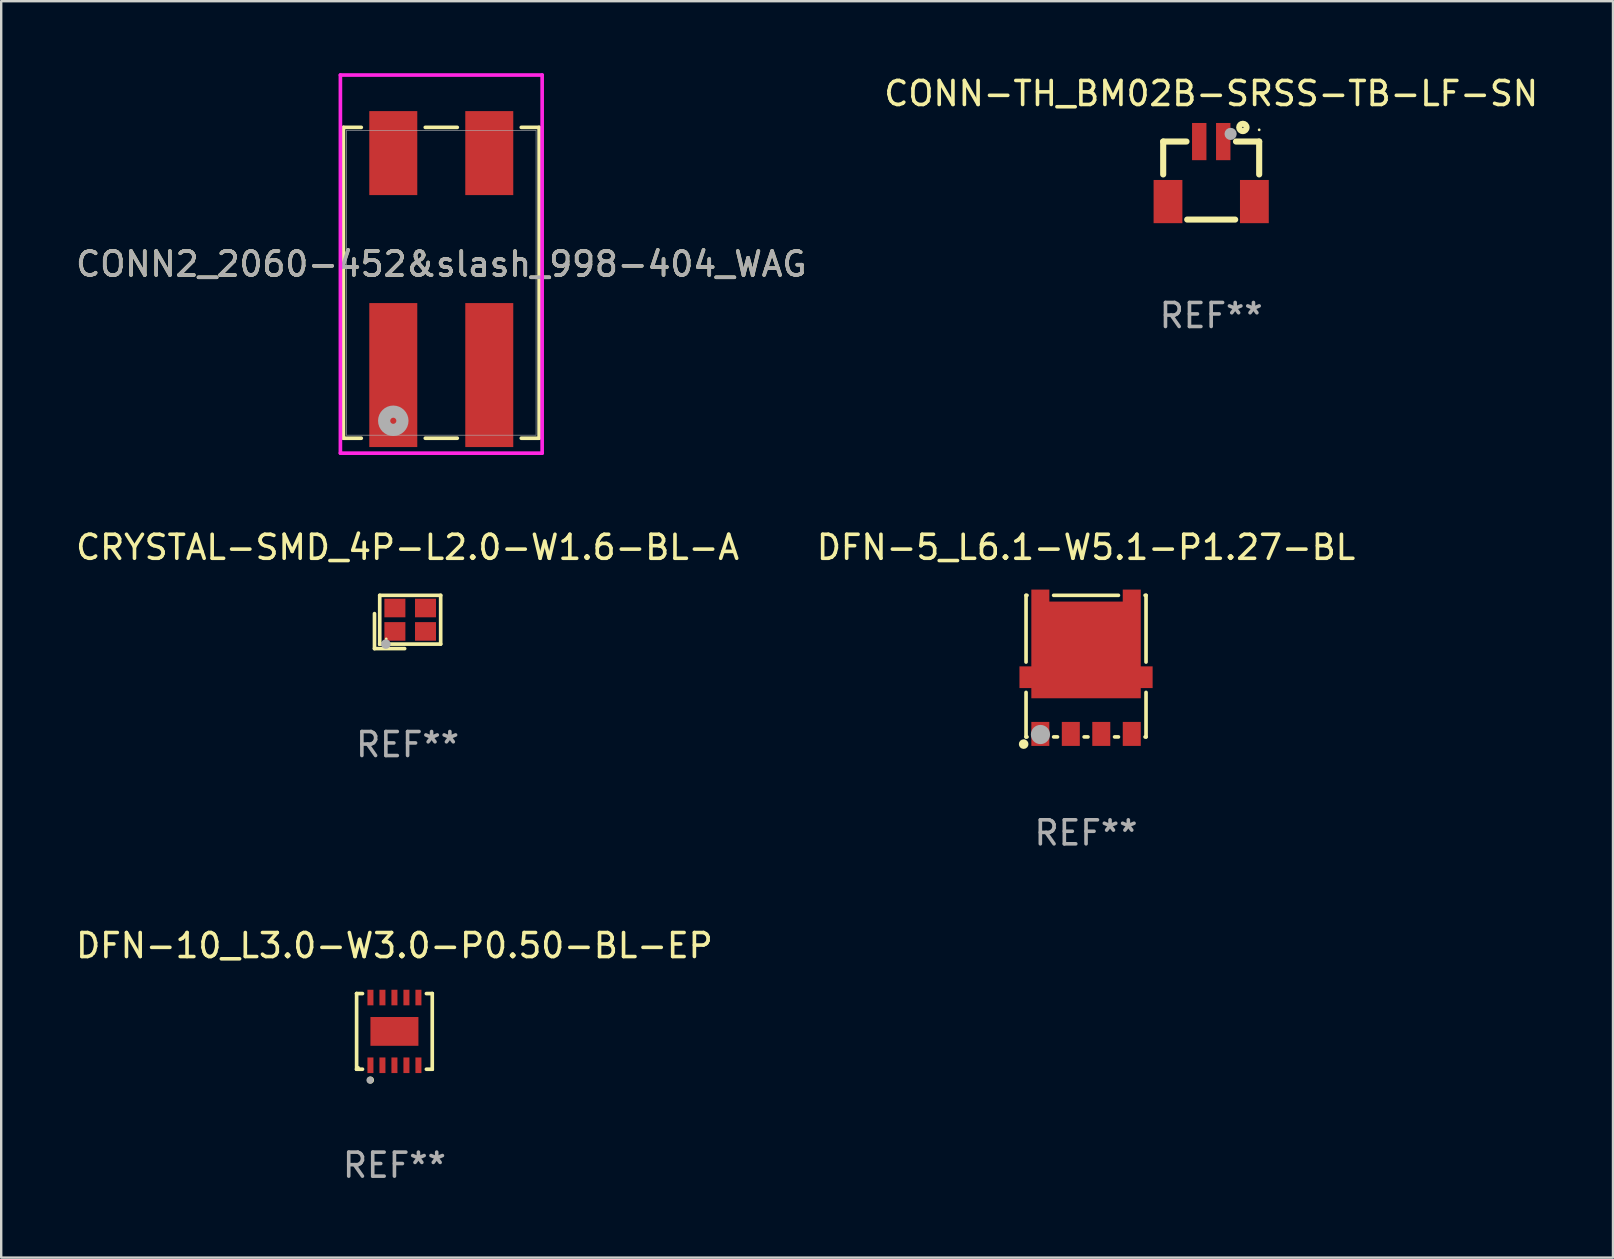
<source format=kicad_pcb>
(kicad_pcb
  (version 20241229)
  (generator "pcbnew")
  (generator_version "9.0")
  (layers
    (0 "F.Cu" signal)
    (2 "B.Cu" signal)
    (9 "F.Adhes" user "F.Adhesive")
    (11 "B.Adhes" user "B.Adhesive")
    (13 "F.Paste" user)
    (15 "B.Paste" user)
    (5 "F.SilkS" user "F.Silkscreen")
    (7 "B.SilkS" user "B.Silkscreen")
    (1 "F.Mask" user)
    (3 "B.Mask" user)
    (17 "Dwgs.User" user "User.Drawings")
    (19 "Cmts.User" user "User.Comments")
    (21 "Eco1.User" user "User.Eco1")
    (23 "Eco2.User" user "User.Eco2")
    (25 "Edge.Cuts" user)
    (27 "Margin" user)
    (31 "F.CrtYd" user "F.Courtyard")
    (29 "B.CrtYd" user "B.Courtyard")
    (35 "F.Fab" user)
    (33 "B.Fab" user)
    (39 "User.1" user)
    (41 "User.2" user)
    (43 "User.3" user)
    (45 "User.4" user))
  (footprint "CONN-TH_BM02B-SRSS-TB-LF-SN"
    (layer "F.Cu")
    (at 47.423 4.1)
    (property "Reference" "CONN-TH_BM02B-SRSS-TB-LF-SN" (at 0 -3.252 0) (layer "F.SilkS") (effects (font (size 1 1) (thickness 0.15))))
    (attr smd)
    (fp_line (start -2 -1.252) (end -2 0.119) (stroke (width 0.254) (type solid)) (layer "F.SilkS"))
    (fp_line (start -2 -1.252) (end -1.029 -1.252) (stroke (width 0.254) (type solid)) (layer "F.SilkS"))
    (fp_line (start -1 2) (end 1 2) (stroke (width 0.254) (type solid)) (layer "F.SilkS"))
    (fp_line (start 1.033 -1.252) (end 2 -1.252) (stroke (width 0.254) (type solid)) (layer "F.SilkS"))
    (fp_line (start 2 -1.252) (end 2 0.119) (stroke (width 0.254) (type solid)) (layer "F.SilkS"))
    (fp_circle (center 1.32 -1.84) (end 1.473 -1.84) (stroke (width 0.254) (type solid)) (fill no) (layer "F.SilkS"))
    (fp_circle (center 2 -1.74) (end 2.03 -1.74) (stroke (width 0.06) (type solid)) (fill no) (layer "F.SilkS"))
    (fp_circle (center 0.81 -1.57) (end 0.937 -1.57) (stroke (width 0.254) (type solid)) (fill no) (layer "F.Fab"))
    (fp_text user "REF**" (at 0 6 0) (layer "F.Fab") (effects (font (size 1 1) (thickness 0.15))))
    (pad "1" smd rect (at 0.502 -1.25) (size 0.6 1.55) (layers "F.Cu" "F.Mask" "F.Paste"))
    (pad "2" smd rect (at -0.498 -1.25) (size 0.6 1.55) (layers "F.Cu" "F.Mask" "F.Paste"))
    (pad "3" smd rect (at 1.8 1.25) (size 1.2 1.8) (layers "F.Cu" "F.Mask" "F.Paste"))
    (pad "4" smd rect (at -1.8 1.25) (size 1.2 1.8) (layers "F.Cu" "F.Mask" "F.Paste")))
  (footprint "DFN-10_L3.0-W3.0-P0.50-BL-EP"
    (layer "F.Cu")
    (at 13.387 39.931)
    (property "Reference" "DFN-10_L3.0-W3.0-P0.50-BL-EP" (at 0 -3.576 0) (layer "F.SilkS") (effects (font (size 1 1) (thickness 0.15))))
    (attr smd)
    (fp_line (start -1.576 -1.576) (end -1.576 -1.576) (stroke (width 0.152) (type solid)) (layer "F.SilkS"))
    (fp_line (start -1.576 -1.576) (end -1.331 -1.576) (stroke (width 0.152) (type solid)) (layer "F.SilkS"))
    (fp_line (start -1.576 1.576) (end -1.576 -1.576) (stroke (width 0.152) (type solid)) (layer "F.SilkS"))
    (fp_line (start -1.576 1.576) (end -1.576 1.576) (stroke (width 0.152) (type solid)) (layer "F.SilkS"))
    (fp_line (start -1.331 1.576) (end -1.576 1.576) (stroke (width 0.152) (type solid)) (layer "F.SilkS"))
    (fp_line (start 1.331 1.576) (end 1.576 1.576) (stroke (width 0.152) (type solid)) (layer "F.SilkS"))
    (fp_line (start 1.576 -1.576) (end 1.331 -1.576) (stroke (width 0.152) (type solid)) (layer "F.SilkS"))
    (fp_line (start 1.576 -1.576) (end 1.576 -1.576) (stroke (width 0.152) (type solid)) (layer "F.SilkS"))
    (fp_line (start 1.576 1.576) (end 1.576 -1.576) (stroke (width 0.152) (type solid)) (layer "F.SilkS"))
    (fp_line (start 1.576 1.576) (end 1.576 1.576) (stroke (width 0.152) (type solid)) (layer "F.SilkS"))
    (fp_circle (center -1.5 1.5) (end -1.47 1.5) (stroke (width 0.06) (type solid)) (fill no) (layer "F.SilkS"))
    (fp_circle (center -1 2.028) (end -0.925 2.028) (stroke (width 0.15) (type solid)) (fill no) (layer "F.SilkS"))
    (fp_circle (center -1.016 2.032) (end -0.941 2.032) (stroke (width 0.15) (type solid)) (fill no) (layer "F.Fab"))
    (fp_text user "REF**" (at 0 5.576 0) (layer "F.Fab") (effects (font (size 1 1) (thickness 0.15))))
    (pad "1" smd rect (at -1 1.411) (size 0.25 0.65) (layers "F.Cu" "F.Mask" "F.Paste"))
    (pad "2" smd rect (at -0.5 1.411) (size 0.25 0.65) (layers "F.Cu" "F.Mask" "F.Paste"))
    (pad "3" smd rect (at 0 1.411) (size 0.25 0.65) (layers "F.Cu" "F.Mask" "F.Paste"))
    (pad "4" smd rect (at 0.5 1.411) (size 0.25 0.65) (layers "F.Cu" "F.Mask" "F.Paste"))
    (pad "5" smd rect (at 1 1.411) (size 0.25 0.65) (layers "F.Cu" "F.Mask" "F.Paste"))
    (pad "6" smd rect (at 1 -1.411) (size 0.25 0.65) (layers "F.Cu" "F.Mask" "F.Paste"))
    (pad "7" smd rect (at 0.5 -1.411) (size 0.25 0.65) (layers "F.Cu" "F.Mask" "F.Paste"))
    (pad "8" smd rect (at 0 -1.411) (size 0.25 0.65) (layers "F.Cu" "F.Mask" "F.Paste"))
    (pad "9" smd rect (at -0.5 -1.411) (size 0.25 0.65) (layers "F.Cu" "F.Mask" "F.Paste"))
    (pad "10" smd rect (at -1 -1.411) (size 0.25 0.65) (layers "F.Cu" "F.Mask" "F.Paste"))
    (pad "11" smd rect (at 0 0) (size 2 1.2) (layers "F.Cu" "F.Mask" "F.Paste")))
  (footprint "CONN2_2060-452&slash_998-404_WAG"
    (layer "F.Cu")
    (at 15.339 8.735)
    (property "Reference" "CONN2_2060-452&slash_998-404_WAG" (at 0 -0.78 0) (unlocked yes) (layer "F.SilkS") (effects (font (size 1 1) (thickness 0.15))))
    (attr smd)
    (fp_line (start -4.077 -6.477) (end -4.077 6.477) (stroke (width 0.152) (type solid)) (layer "F.SilkS"))
    (fp_line (start -4.077 6.477) (end -3.333 6.477) (stroke (width 0.152) (type solid)) (layer "F.SilkS"))
    (fp_line (start -3.333 -6.477) (end -4.077 -6.477) (stroke (width 0.152) (type solid)) (layer "F.SilkS"))
    (fp_line (start -0.667 6.477) (end 0.667 6.477) (stroke (width 0.152) (type solid)) (layer "F.SilkS"))
    (fp_line (start 0.667 -6.477) (end -0.667 -6.477) (stroke (width 0.152) (type solid)) (layer "F.SilkS"))
    (fp_line (start 3.333 6.477) (end 4.077 6.477) (stroke (width 0.152) (type solid)) (layer "F.SilkS"))
    (fp_line (start 4.077 -6.477) (end 3.333 -6.477) (stroke (width 0.152) (type solid)) (layer "F.SilkS"))
    (fp_line (start 4.077 6.477) (end 4.077 -6.477) (stroke (width 0.152) (type solid)) (layer "F.SilkS"))
    (fp_poly (pts (xy -2 -5.494) (xy -1.949 -5.494) (xy -1.949 -5.405) (xy -2 -5.405)) (stroke (width 0) (type solid)) (fill yes) (layer "F.Paste"))
    (fp_poly (pts (xy -2 3.756) (xy -1.949 3.756) (xy -1.949 3.845) (xy -2 3.845)) (stroke (width 0) (type solid)) (fill yes) (layer "F.Paste"))
    (fp_poly (pts (xy 2 -5.494) (xy 2.051 -5.494) (xy 2.051 -5.405) (xy 2 -5.405)) (stroke (width 0) (type solid)) (fill yes) (layer "F.Paste"))
    (fp_poly (pts (xy 2 3.756) (xy 2.051 3.756) (xy 2.051 3.845) (xy 2 3.845)) (stroke (width 0) (type solid)) (fill yes) (layer "F.Paste"))
    (fp_line (start -4.204 -8.659) (end -4.204 7.099) (stroke (width 0.152) (type solid)) (layer "F.CrtYd"))
    (fp_line (start -4.204 7.099) (end 4.204 7.099) (stroke (width 0.152) (type solid)) (layer "F.CrtYd"))
    (fp_line (start 4.204 -8.659) (end -4.204 -8.659) (stroke (width 0.152) (type solid)) (layer "F.CrtYd"))
    (fp_line (start 4.204 7.099) (end 4.204 -8.659) (stroke (width 0.152) (type solid)) (layer "F.CrtYd"))
    (fp_line (start -3.95 -6.35) (end -3.95 6.35) (stroke (width 0.025) (type solid)) (layer "F.Fab"))
    (fp_line (start -3.95 6.35) (end 3.95 6.35) (stroke (width 0.025) (type solid)) (layer "F.Fab"))
    (fp_line (start 3.95 -6.35) (end -3.95 -6.35) (stroke (width 0.025) (type solid)) (layer "F.Fab"))
    (fp_line (start 3.95 6.35) (end 3.95 -6.35) (stroke (width 0.025) (type solid)) (layer "F.Fab"))
    (fp_circle (center -2 5.75) (end -1.619 5.75) (stroke (width 0.508) (type solid)) (fill no) (layer "F.Fab"))
    (fp_text user "${REFERENCE}" (at 0 -0.78 0) (unlocked yes) (layer "F.Fab") (effects (font (size 1 1) (thickness 0.15))))
    (pad "1" smd rect (at -2 3.845) (size 2 6) (layers "F.Cu" "F.Mask"))
    (pad "2" smd rect (at -2 -5.405) (size 2 3.5) (layers "F.Cu" "F.Mask"))
    (pad "3" smd rect (at 2 3.845) (size 2 6) (layers "F.Cu" "F.Mask"))
    (pad "4" smd rect (at 2 -5.405) (size 2 3.5) (layers "F.Cu" "F.Mask")))
  (footprint "CRYSTAL-SMD_4P-L2.0-W1.6-BL-A"
    (layer "F.Cu")
    (at 14.044 22.775)
    (property "Reference" "CRYSTAL-SMD_4P-L2.0-W1.6-BL-A" (at -0.109 -3.016 0) (layer "F.SilkS") (effects (font (size 1 1) (thickness 0.15))))
    (attr smd)
    (fp_line (start -1.488 -0.254) (end -1.488 1.204) (stroke (width 0.152) (type solid)) (layer "F.SilkS"))
    (fp_line (start -1.488 1.204) (end -0.231 1.204) (stroke (width 0.152) (type solid)) (layer "F.SilkS"))
    (fp_line (start -1.27 -1.016) (end 1.27 -1.016) (stroke (width 0.152) (type solid)) (layer "F.SilkS"))
    (fp_line (start -1.27 1.016) (end -1.27 -1.016) (stroke (width 0.152) (type solid)) (layer "F.SilkS"))
    (fp_line (start -1.27 1.016) (end -1.27 1.016) (stroke (width 0.152) (type solid)) (layer "F.SilkS"))
    (fp_line (start -1.27 1.016) (end -1.27 1.016) (stroke (width 0.152) (type solid)) (layer "F.SilkS"))
    (fp_line (start 1.27 -1.016) (end 1.27 1.016) (stroke (width 0.152) (type solid)) (layer "F.SilkS"))
    (fp_line (start 1.27 1.016) (end -1.27 1.016) (stroke (width 0.152) (type solid)) (layer "F.SilkS"))
    (fp_circle (center -1 0.8) (end -0.97 0.8) (stroke (width 0.06) (type solid)) (fill no) (layer "F.SilkS"))
    (fp_circle (center -1.016 1.016) (end -0.916 1.016) (stroke (width 0.2) (type solid)) (fill no) (layer "F.Fab"))
    (fp_text user "REF**" (at -0.109 5.204 0) (layer "F.Fab") (effects (font (size 1 1) (thickness 0.15))))
    (pad "1" smd rect (at -0.638 0.488) (size 0.875 0.775) (layers "F.Cu" "F.Mask" "F.Paste"))
    (pad "2" smd rect (at 0.638 0.488) (size 0.875 0.775) (layers "F.Cu" "F.Mask" "F.Paste"))
    (pad "3" smd rect (at 0.638 -0.488) (size 0.875 0.775) (layers "F.Cu" "F.Mask" "F.Paste"))
    (pad "4" smd rect (at -0.638 -0.488) (size 0.875 0.775) (layers "F.Cu" "F.Mask" "F.Paste")))
  (footprint "DFN-5_L6.1-W5.1-P1.27-BL"
    (layer "F.Cu")
    (at 42.208 25.659)
    (property "Reference" "DFN-5_L6.1-W5.1-P1.27-BL" (at 0 -5.9 0) (layer "F.SilkS") (effects (font (size 1 1) (thickness 0.15))))
    (attr smd)
    (fp_line (start -2.5 -3.9) (end -2.46 -3.9) (stroke (width 0.152) (type solid)) (layer "F.SilkS"))
    (fp_line (start -2.5 -1.12) (end -2.5 -3.9) (stroke (width 0.152) (type solid)) (layer "F.SilkS"))
    (fp_line (start -2.5 2) (end -2.5 0.145) (stroke (width 0.152) (type solid)) (layer "F.SilkS"))
    (fp_line (start -2.46 2) (end -2.5 2) (stroke (width 0.152) (type solid)) (layer "F.SilkS"))
    (fp_line (start -1.35 -3.9) (end 1.35 -3.9) (stroke (width 0.152) (type solid)) (layer "F.SilkS"))
    (fp_line (start -1.19 2) (end -1.35 2) (stroke (width 0.152) (type solid)) (layer "F.SilkS"))
    (fp_line (start 0.08 2) (end -0.08 2) (stroke (width 0.152) (type solid)) (layer "F.SilkS"))
    (fp_line (start 1.35 2) (end 1.19 2) (stroke (width 0.152) (type solid)) (layer "F.SilkS"))
    (fp_line (start 2.46 -3.9) (end 2.5 -3.9) (stroke (width 0.152) (type solid)) (layer "F.SilkS"))
    (fp_line (start 2.5 -3.9) (end 2.5 -1.12) (stroke (width 0.152) (type solid)) (layer "F.SilkS"))
    (fp_line (start 2.5 0.145) (end 2.5 2) (stroke (width 0.152) (type solid)) (layer "F.SilkS"))
    (fp_line (start 2.5 2) (end 2.46 2) (stroke (width 0.152) (type solid)) (layer "F.SilkS"))
    (fp_circle (center -2.6 2.3) (end -2.5 2.3) (stroke (width 0.2) (type solid)) (fill no) (layer "F.SilkS"))
    (fp_circle (center -2.575 2.173) (end -2.545 2.173) (stroke (width 0.06) (type solid)) (fill no) (layer "F.SilkS"))
    (fp_circle (center -1.9 1.9) (end -1.7 1.9) (stroke (width 0.4) (type solid)) (fill no) (layer "F.Fab"))
    (fp_text user "REF**" (at 0 6 0) (layer "F.Fab") (effects (font (size 1 1) (thickness 0.15))))
    (pad "1" smd rect (at -1.905 1.875) (size 0.75 1) (layers "F.Cu" "F.Mask" "F.Paste"))
    (pad "2" smd rect (at -0.635 1.875) (size 0.75 1) (layers "F.Cu" "F.Mask" "F.Paste"))
    (pad "3" smd rect (at 0.635 1.875) (size 0.75 1) (layers "F.Cu" "F.Mask" "F.Paste"))
    (pad "4" smd rect (at 1.905 1.875) (size 0.75 1) (layers "F.Cu" "F.Mask" "F.Paste"))
    (pad "5" smd custom (at 0 -1.875) (size 0.1 0.1) (layers "F.Cu" "F.Mask" "F.Paste") (options (anchor circle)) (primitives (gr_poly (pts (xy -2.28 2.265) (xy -2.28 1.84) (xy -2.775 1.84) (xy -2.775 0.935) (xy -2.28 0.935) (xy -2.28 -2.265) (xy -1.53 -2.265) (xy -1.53 -1.765) (xy 1.53 -1.765) (xy 1.53 -2.265) (xy 2.28 -2.265) (xy 2.28 0.935) (xy 2.775 0.935) (xy 2.775 1.84) (xy 2.28 1.84) (xy 2.28 2.265)) (width 0) (fill yes)))))
  (gr_rect
    (start -3 -3)
    (end 64.167 49.356)
    (stroke (width 0.1) (type default))
    (fill no)
    (layer "Edge.Cuts")))
</source>
